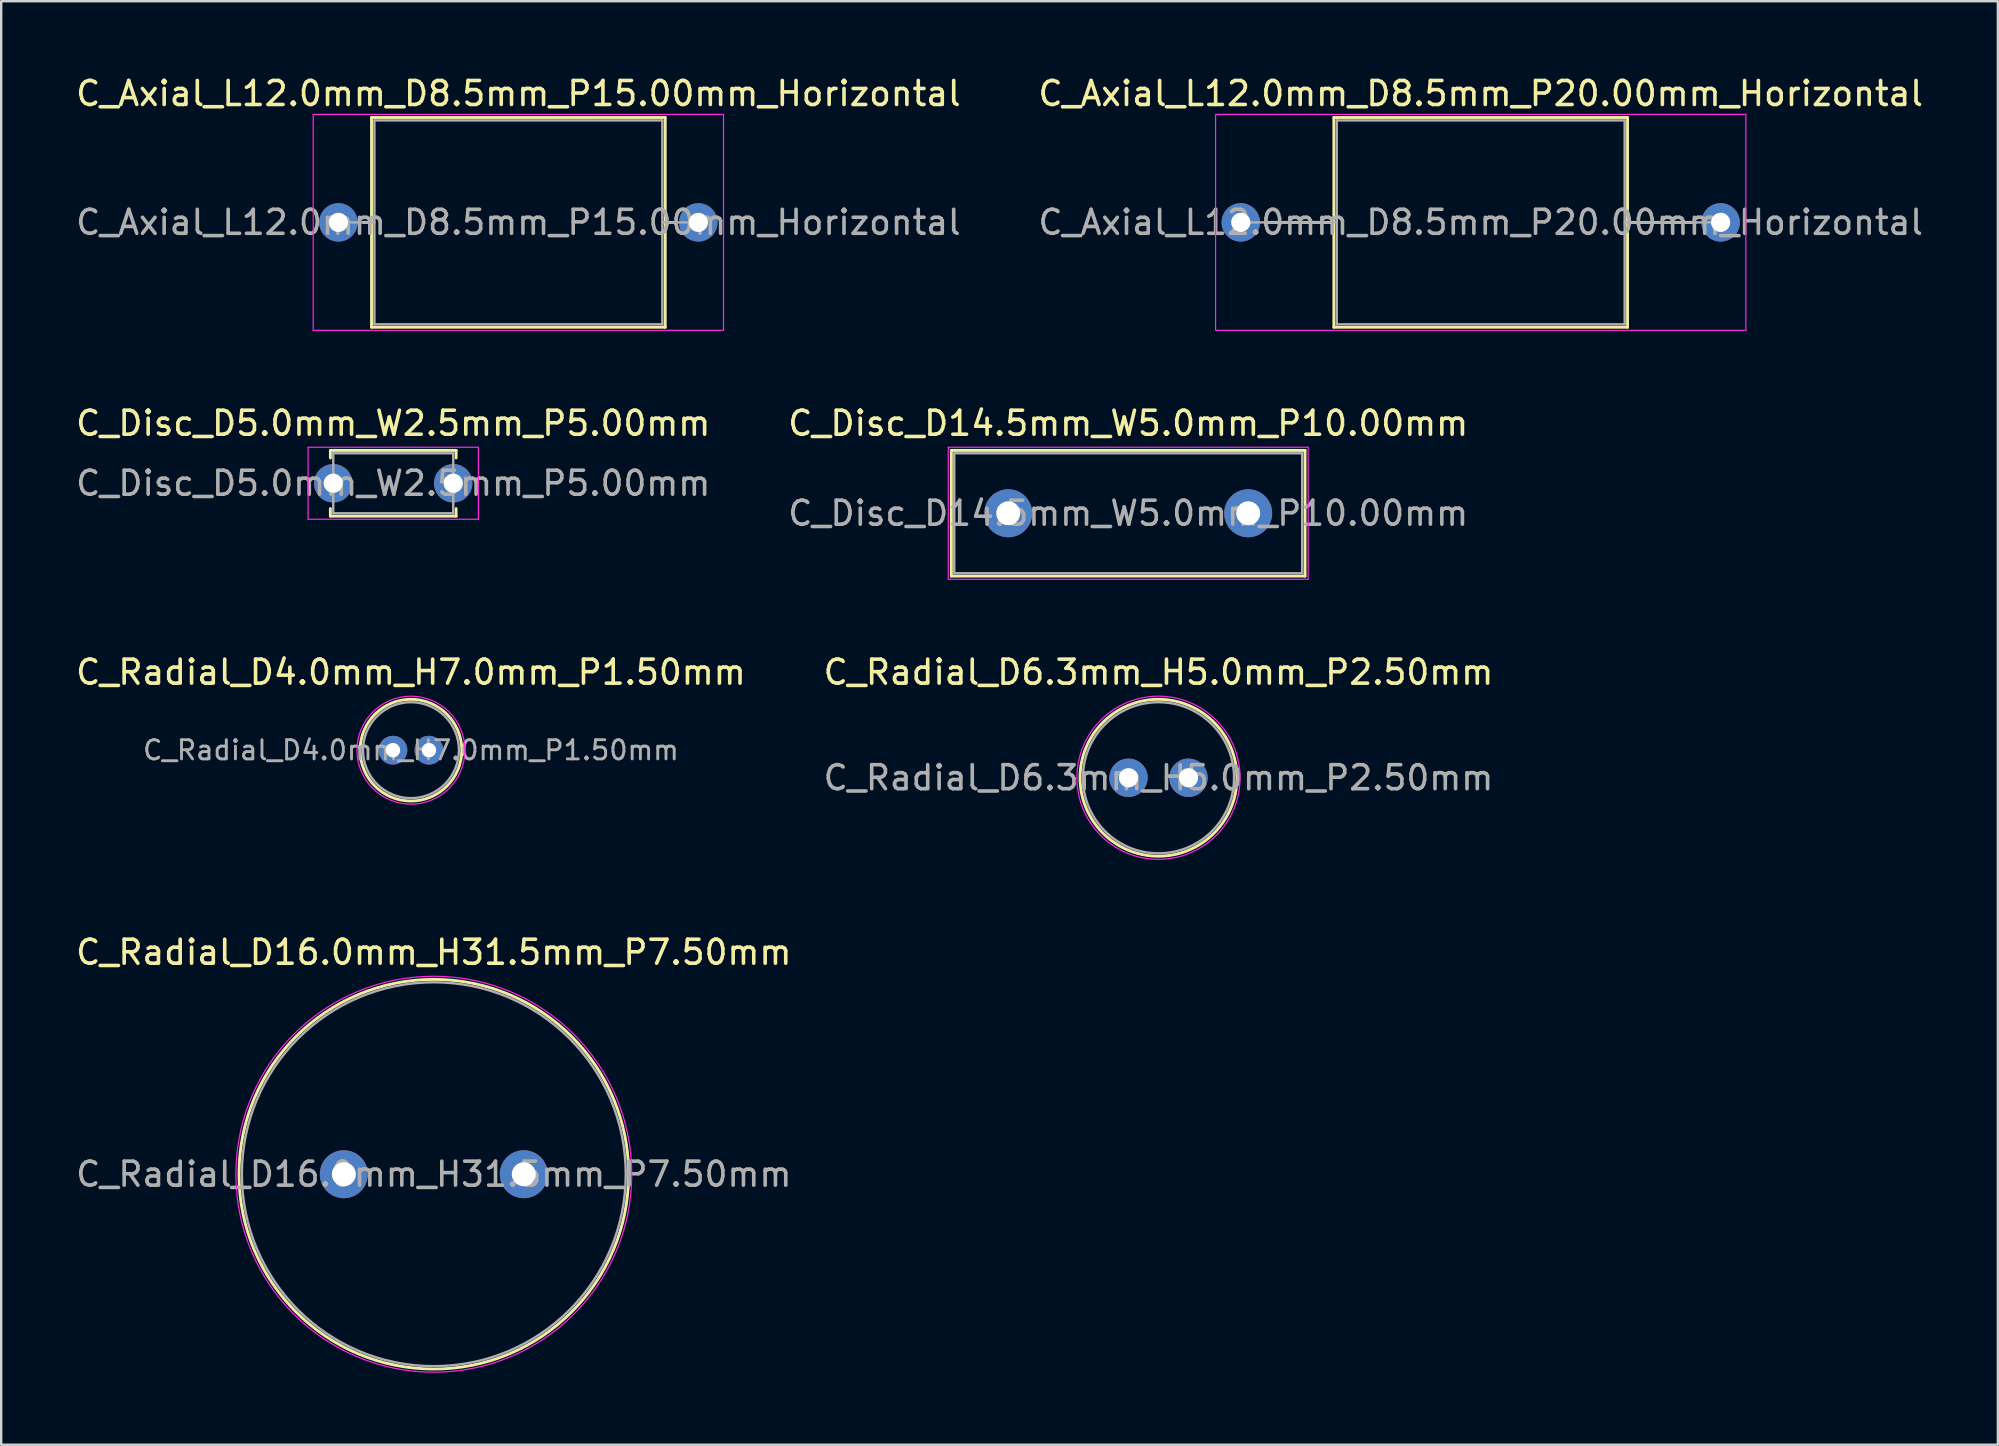
<source format=kicad_pcb>
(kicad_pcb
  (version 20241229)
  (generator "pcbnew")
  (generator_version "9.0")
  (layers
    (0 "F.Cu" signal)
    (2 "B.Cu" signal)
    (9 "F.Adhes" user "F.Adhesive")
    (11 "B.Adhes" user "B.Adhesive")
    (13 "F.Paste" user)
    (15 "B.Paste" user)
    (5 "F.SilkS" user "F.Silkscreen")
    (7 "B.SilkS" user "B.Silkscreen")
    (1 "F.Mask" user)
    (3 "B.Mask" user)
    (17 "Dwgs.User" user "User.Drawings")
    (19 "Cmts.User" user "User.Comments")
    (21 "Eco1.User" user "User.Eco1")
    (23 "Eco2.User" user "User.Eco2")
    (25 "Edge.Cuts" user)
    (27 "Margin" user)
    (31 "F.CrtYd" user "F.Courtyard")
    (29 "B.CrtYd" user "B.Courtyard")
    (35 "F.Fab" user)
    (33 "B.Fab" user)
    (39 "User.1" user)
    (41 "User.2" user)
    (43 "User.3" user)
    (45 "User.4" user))
  (footprint "C_Axial_L12.0mm_D8.5mm_P15.00mm_Horizontal"
    (layer "F.Cu")
    (at 11.054 6.218)
    (property "Reference" "C_Axial_L12.0mm_D8.5mm_P15.00mm_Horizontal" (at 7.5 -5.37 0) (layer "F.SilkS") (effects (font (size 1 1) (thickness 0.15))))
    (attr through_hole)
    (fp_line (start 1.04 0) (end 1.38 0) (stroke (width 0.12) (type solid)) (layer "F.SilkS"))
    (fp_line (start 1.38 -4.37) (end 1.38 4.37) (stroke (width 0.12) (type solid)) (layer "F.SilkS"))
    (fp_line (start 1.38 4.37) (end 13.62 4.37) (stroke (width 0.12) (type solid)) (layer "F.SilkS"))
    (fp_line (start 13.62 -4.37) (end 1.38 -4.37) (stroke (width 0.12) (type solid)) (layer "F.SilkS"))
    (fp_line (start 13.62 4.37) (end 13.62 -4.37) (stroke (width 0.12) (type solid)) (layer "F.SilkS"))
    (fp_line (start 13.96 0) (end 13.62 0) (stroke (width 0.12) (type solid)) (layer "F.SilkS"))
    (fp_line (start -1.05 -4.5) (end -1.05 4.5) (stroke (width 0.05) (type solid)) (layer "F.CrtYd"))
    (fp_line (start -1.05 4.5) (end 16.05 4.5) (stroke (width 0.05) (type solid)) (layer "F.CrtYd"))
    (fp_line (start 16.05 -4.5) (end -1.05 -4.5) (stroke (width 0.05) (type solid)) (layer "F.CrtYd"))
    (fp_line (start 16.05 4.5) (end 16.05 -4.5) (stroke (width 0.05) (type solid)) (layer "F.CrtYd"))
    (fp_line (start 0 0) (end 1.5 0) (stroke (width 0.1) (type solid)) (layer "F.Fab"))
    (fp_line (start 1.5 -4.25) (end 1.5 4.25) (stroke (width 0.1) (type solid)) (layer "F.Fab"))
    (fp_line (start 1.5 4.25) (end 13.5 4.25) (stroke (width 0.1) (type solid)) (layer "F.Fab"))
    (fp_line (start 13.5 -4.25) (end 1.5 -4.25) (stroke (width 0.1) (type solid)) (layer "F.Fab"))
    (fp_line (start 13.5 4.25) (end 13.5 -4.25) (stroke (width 0.1) (type solid)) (layer "F.Fab"))
    (fp_line (start 15 0) (end 13.5 0) (stroke (width 0.1) (type solid)) (layer "F.Fab"))
    (fp_text user "${REFERENCE}" (at 7.5 0 0) (layer "F.Fab") (effects (font (size 1 1) (thickness 0.15))))
    (pad "1" thru_hole circle (at 0 0) (size 1.6 1.6) (drill 0.8) (layers "*.Cu" "*.Mask"))
    (pad "2" thru_hole oval (at 15 0) (size 1.6 1.6) (drill 0.8) (layers "*.Cu" "*.Mask")))
  (footprint "C_Radial_D6.3mm_H5.0mm_P2.50mm"
    (layer "F.Cu")
    (at 43.982 29.365)
    (property "Reference" "C_Radial_D6.3mm_H5.0mm_P2.50mm" (at 1.25 -4.4 0) (layer "F.SilkS") (effects (font (size 1 1) (thickness 0.15))))
    (attr through_hole)
    (fp_circle (center 1.25 0) (end 4.52 0) (stroke (width 0.12) (type solid)) (fill no) (layer "F.SilkS"))
    (fp_circle (center 1.25 0) (end 4.65 0) (stroke (width 0.05) (type solid)) (fill no) (layer "F.CrtYd"))
    (fp_circle (center 1.25 0) (end 4.4 0) (stroke (width 0.1) (type solid)) (fill no) (layer "F.Fab"))
    (fp_text user "${REFERENCE}" (at 1.25 0 0) (layer "F.Fab") (effects (font (size 1 1) (thickness 0.15))))
    (pad "1" thru_hole circle (at 0 0) (size 1.6 1.6) (drill 0.8) (layers "*.Cu" "*.Mask"))
    (pad "2" thru_hole circle (at 2.5 0) (size 1.6 1.6) (drill 0.8) (layers "*.Cu" "*.Mask")))
  (footprint "C_Disc_D14.5mm_W5.0mm_P10.00mm"
    (layer "F.Cu")
    (at 38.97 18.341)
    (property "Reference" "C_Disc_D14.5mm_W5.0mm_P10.00mm" (at 5 -3.75 0) (layer "F.SilkS") (effects (font (size 1 1) (thickness 0.15))))
    (attr through_hole)
    (fp_line (start -2.37 -2.62) (end -2.37 2.62) (stroke (width 0.12) (type solid)) (layer "F.SilkS"))
    (fp_line (start -2.37 -2.62) (end 12.37 -2.62) (stroke (width 0.12) (type solid)) (layer "F.SilkS"))
    (fp_line (start -2.37 2.62) (end 12.37 2.62) (stroke (width 0.12) (type solid)) (layer "F.SilkS"))
    (fp_line (start 12.37 -2.62) (end 12.37 2.62) (stroke (width 0.12) (type solid)) (layer "F.SilkS"))
    (fp_line (start -2.5 -2.75) (end -2.5 2.75) (stroke (width 0.05) (type solid)) (layer "F.CrtYd"))
    (fp_line (start -2.5 2.75) (end 12.5 2.75) (stroke (width 0.05) (type solid)) (layer "F.CrtYd"))
    (fp_line (start 12.5 -2.75) (end -2.5 -2.75) (stroke (width 0.05) (type solid)) (layer "F.CrtYd"))
    (fp_line (start 12.5 2.75) (end 12.5 -2.75) (stroke (width 0.05) (type solid)) (layer "F.CrtYd"))
    (fp_line (start -2.25 -2.5) (end -2.25 2.5) (stroke (width 0.1) (type solid)) (layer "F.Fab"))
    (fp_line (start -2.25 2.5) (end 12.25 2.5) (stroke (width 0.1) (type solid)) (layer "F.Fab"))
    (fp_line (start 12.25 -2.5) (end -2.25 -2.5) (stroke (width 0.1) (type solid)) (layer "F.Fab"))
    (fp_line (start 12.25 2.5) (end 12.25 -2.5) (stroke (width 0.1) (type solid)) (layer "F.Fab"))
    (fp_text user "${REFERENCE}" (at 5 0 0) (layer "F.Fab") (effects (font (size 1 1) (thickness 0.15))))
    (pad "1" thru_hole circle (at 0 0) (size 2 2) (drill 1) (layers "*.Cu" "*.Mask"))
    (pad "2" thru_hole circle (at 10 0) (size 2 2) (drill 1) (layers "*.Cu" "*.Mask")))
  (footprint "C_Disc_D5.0mm_W2.5mm_P5.00mm"
    (layer "F.Cu")
    (at 10.839 17.091)
    (property "Reference" "C_Disc_D5.0mm_W2.5mm_P5.00mm" (at 2.5 -2.5 0) (layer "F.SilkS") (effects (font (size 1 1) (thickness 0.15))))
    (attr through_hole)
    (fp_line (start -0.12 -1.37) (end -0.12 -1.055) (stroke (width 0.12) (type solid)) (layer "F.SilkS"))
    (fp_line (start -0.12 -1.37) (end 5.12 -1.37) (stroke (width 0.12) (type solid)) (layer "F.SilkS"))
    (fp_line (start -0.12 1.055) (end -0.12 1.37) (stroke (width 0.12) (type solid)) (layer "F.SilkS"))
    (fp_line (start -0.12 1.37) (end 5.12 1.37) (stroke (width 0.12) (type solid)) (layer "F.SilkS"))
    (fp_line (start 5.12 -1.37) (end 5.12 -1.055) (stroke (width 0.12) (type solid)) (layer "F.SilkS"))
    (fp_line (start 5.12 1.055) (end 5.12 1.37) (stroke (width 0.12) (type solid)) (layer "F.SilkS"))
    (fp_line (start -1.05 -1.5) (end -1.05 1.5) (stroke (width 0.05) (type solid)) (layer "F.CrtYd"))
    (fp_line (start -1.05 1.5) (end 6.05 1.5) (stroke (width 0.05) (type solid)) (layer "F.CrtYd"))
    (fp_line (start 6.05 -1.5) (end -1.05 -1.5) (stroke (width 0.05) (type solid)) (layer "F.CrtYd"))
    (fp_line (start 6.05 1.5) (end 6.05 -1.5) (stroke (width 0.05) (type solid)) (layer "F.CrtYd"))
    (fp_line (start 0 -1.25) (end 0 1.25) (stroke (width 0.1) (type solid)) (layer "F.Fab"))
    (fp_line (start 0 1.25) (end 5 1.25) (stroke (width 0.1) (type solid)) (layer "F.Fab"))
    (fp_line (start 5 -1.25) (end 0 -1.25) (stroke (width 0.1) (type solid)) (layer "F.Fab"))
    (fp_line (start 5 1.25) (end 5 -1.25) (stroke (width 0.1) (type solid)) (layer "F.Fab"))
    (fp_text user "${REFERENCE}" (at 2.5 0 0) (layer "F.Fab") (effects (font (size 1 1) (thickness 0.15))))
    (pad "1" thru_hole circle (at 0 0) (size 1.6 1.6) (drill 0.8) (layers "*.Cu" "*.Mask"))
    (pad "2" thru_hole circle (at 5 0) (size 1.6 1.6) (drill 0.8) (layers "*.Cu" "*.Mask")))
  (footprint "C_Radial_D16.0mm_H31.5mm_P7.50mm"
    (layer "F.Cu")
    (at 11.28 45.888)
    (property "Reference" "C_Radial_D16.0mm_H31.5mm_P7.50mm" (at 3.75 -9.25 0) (layer "F.SilkS") (effects (font (size 1 1) (thickness 0.15))))
    (attr through_hole)
    (fp_circle (center 3.75 0) (end 11.87 0) (stroke (width 0.12) (type solid)) (fill no) (layer "F.SilkS"))
    (fp_circle (center 3.75 0) (end 12 0) (stroke (width 0.05) (type solid)) (fill no) (layer "F.CrtYd"))
    (fp_circle (center 3.75 0) (end 11.75 0) (stroke (width 0.1) (type solid)) (fill no) (layer "F.Fab"))
    (fp_text user "${REFERENCE}" (at 3.75 0 0) (layer "F.Fab") (effects (font (size 1 1) (thickness 0.15))))
    (pad "1" thru_hole circle (at 0 0) (size 2 2) (drill 1) (layers "*.Cu" "*.Mask"))
    (pad "2" thru_hole circle (at 7.5 0) (size 2 2) (drill 1) (layers "*.Cu" "*.Mask")))
  (footprint "C_Axial_L12.0mm_D8.5mm_P20.00mm_Horizontal"
    (layer "F.Cu")
    (at 48.661 6.218)
    (property "Reference" "C_Axial_L12.0mm_D8.5mm_P20.00mm_Horizontal" (at 10 -5.37 0) (layer "F.SilkS") (effects (font (size 1 1) (thickness 0.15))))
    (attr through_hole)
    (fp_line (start 1.04 0) (end 3.88 0) (stroke (width 0.12) (type solid)) (layer "F.SilkS"))
    (fp_line (start 3.88 -4.37) (end 3.88 4.37) (stroke (width 0.12) (type solid)) (layer "F.SilkS"))
    (fp_line (start 3.88 4.37) (end 16.12 4.37) (stroke (width 0.12) (type solid)) (layer "F.SilkS"))
    (fp_line (start 16.12 -4.37) (end 3.88 -4.37) (stroke (width 0.12) (type solid)) (layer "F.SilkS"))
    (fp_line (start 16.12 4.37) (end 16.12 -4.37) (stroke (width 0.12) (type solid)) (layer "F.SilkS"))
    (fp_line (start 18.96 0) (end 16.12 0) (stroke (width 0.12) (type solid)) (layer "F.SilkS"))
    (fp_line (start -1.05 -4.5) (end -1.05 4.5) (stroke (width 0.05) (type solid)) (layer "F.CrtYd"))
    (fp_line (start -1.05 4.5) (end 21.05 4.5) (stroke (width 0.05) (type solid)) (layer "F.CrtYd"))
    (fp_line (start 21.05 -4.5) (end -1.05 -4.5) (stroke (width 0.05) (type solid)) (layer "F.CrtYd"))
    (fp_line (start 21.05 4.5) (end 21.05 -4.5) (stroke (width 0.05) (type solid)) (layer "F.CrtYd"))
    (fp_line (start 0 0) (end 4 0) (stroke (width 0.1) (type solid)) (layer "F.Fab"))
    (fp_line (start 4 -4.25) (end 4 4.25) (stroke (width 0.1) (type solid)) (layer "F.Fab"))
    (fp_line (start 4 4.25) (end 16 4.25) (stroke (width 0.1) (type solid)) (layer "F.Fab"))
    (fp_line (start 16 -4.25) (end 4 -4.25) (stroke (width 0.1) (type solid)) (layer "F.Fab"))
    (fp_line (start 16 4.25) (end 16 -4.25) (stroke (width 0.1) (type solid)) (layer "F.Fab"))
    (fp_line (start 20 0) (end 16 0) (stroke (width 0.1) (type solid)) (layer "F.Fab"))
    (fp_text user "${REFERENCE}" (at 10 0 0) (layer "F.Fab") (effects (font (size 1 1) (thickness 0.15))))
    (pad "1" thru_hole circle (at 0 0) (size 1.6 1.6) (drill 0.8) (layers "*.Cu" "*.Mask"))
    (pad "2" thru_hole oval (at 20 0) (size 1.6 1.6) (drill 0.8) (layers "*.Cu" "*.Mask")))
  (footprint "C_Radial_D4.0mm_H7.0mm_P1.50mm"
    (layer "F.Cu")
    (at 13.327 28.215)
    (property "Reference" "C_Radial_D4.0mm_H7.0mm_P1.50mm" (at 0.75 -3.25 0) (layer "F.SilkS") (effects (font (size 1 1) (thickness 0.15))))
    (attr through_hole)
    (fp_circle (center 0.75 0) (end 2.87 0) (stroke (width 0.12) (type solid)) (fill no) (layer "F.SilkS"))
    (fp_circle (center 0.75 0) (end 3 0) (stroke (width 0.05) (type solid)) (fill no) (layer "F.CrtYd"))
    (fp_circle (center 0.75 0) (end 2.75 0) (stroke (width 0.1) (type solid)) (fill no) (layer "F.Fab"))
    (fp_text user "${REFERENCE}" (at 0.75 0 0) (layer "F.Fab") (effects (font (size 0.8 0.8) (thickness 0.12))))
    (pad "1" thru_hole circle (at 0 0) (size 1.2 1.2) (drill 0.6) (layers "*.Cu" "*.Mask"))
    (pad "2" thru_hole circle (at 1.5 0) (size 1.2 1.2) (drill 0.6) (layers "*.Cu" "*.Mask")))
  (gr_rect
    (start -3 -3)
    (end 80.214 57.163)
    (stroke (width 0.1) (type default))
    (fill no)
    (layer "Edge.Cuts")))
</source>
